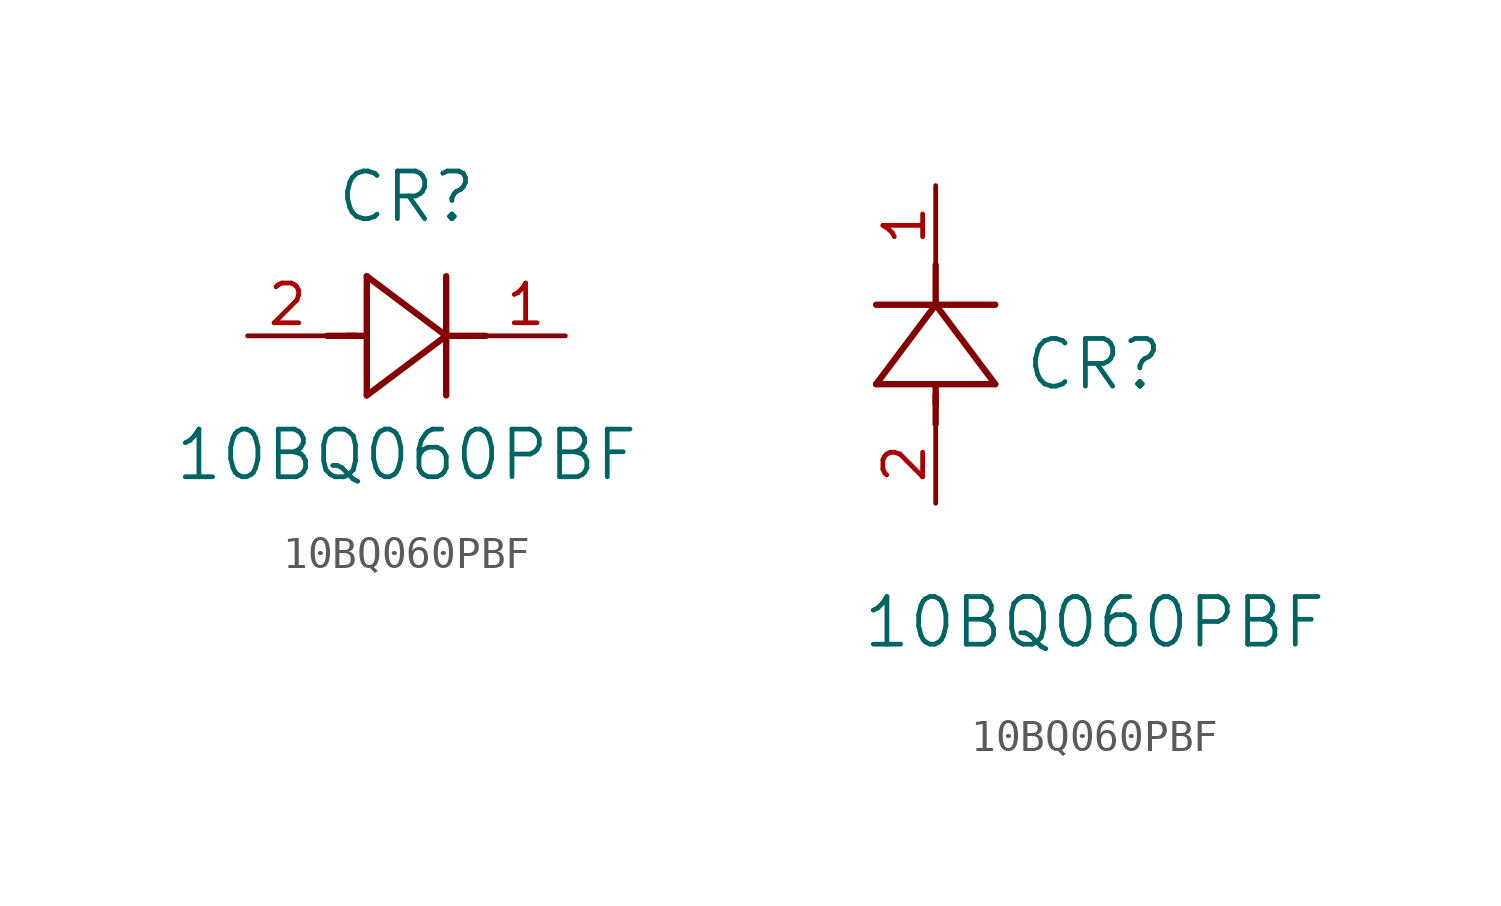
<source format=kicad_sym>
(kicad_symbol_lib
  (version 20211014)
  (generator kicad_symbol_editor)
  (symbol "10BQ060PBF"
    (pin_names
      (offset 0.254))
    (property "Reference" "CR"
      (at 5.08 4.445 0)
      (effects (font (size 1.524 1.524))))
    (property "Value" "10BQ060PBF"
      (at 5.08 -3.81 0)
      (effects (font (size 1.524 1.524))))
    (symbol "10BQ060PBF_1_1"
      (polyline (pts (xy 2.54 0) (xy 3.48 0)) (stroke (width 0.203) (type default) (color 0 0 0 0)) (fill (type none)))
      (polyline (pts (xy 3.81 1.905) (xy 3.81 -1.905)) (stroke (width 0.203) (type default) (color 0 0 0 0)) (fill (type none)))
      (polyline (pts (xy 3.175 0) (xy 3.81 0)) (stroke (width 0.203) (type default) (color 0 0 0 0)) (fill (type none)))
      (polyline (pts (xy 6.35 -1.905) (xy 6.35 1.905)) (stroke (width 0.203) (type default) (color 0 0 0 0)) (fill (type none)))
      (polyline (pts (xy 6.35 0) (xy 7.62 0)) (stroke (width 0.203) (type default) (color 0 0 0 0)) (fill (type none)))
      (polyline (pts (xy 6.35 0) (xy 3.81 1.905)) (stroke (width 0.203) (type default) (color 0 0 0 0)) (fill (type none)))
      (polyline (pts (xy 3.81 -1.905) (xy 6.35 0)) (stroke (width 0.203) (type default) (color 0 0 0 0)) (fill (type none)))
      (pin unspecified line (at 0 0 0) (length 2.54) (name "" (effects (font (size 1.27 1.27)))) (number "2" (effects (font (size 1.27 1.27)))))
      (pin unspecified line (at 10.16 0 180) (length 2.54) (name "" (effects (font (size 1.27 1.27)))) (number "1" (effects (font (size 1.27 1.27))))))
    (symbol "10BQ060PBF_1_2"
      (polyline (pts (xy 0 2.54) (xy 0 3.48)) (stroke (width 0.203) (type default) (color 0 0 0 0)) (fill (type none)))
      (polyline (pts (xy -1.905 3.81) (xy 1.905 3.81)) (stroke (width 0.203) (type default) (color 0 0 0 0)) (fill (type none)))
      (polyline (pts (xy 0 3.175) (xy 0 3.81)) (stroke (width 0.203) (type default) (color 0 0 0 0)) (fill (type none)))
      (polyline (pts (xy 1.905 6.35) (xy -1.905 6.35)) (stroke (width 0.203) (type default) (color 0 0 0 0)) (fill (type none)))
      (polyline (pts (xy 0 6.35) (xy 0 7.62)) (stroke (width 0.203) (type default) (color 0 0 0 0)) (fill (type none)))
      (polyline (pts (xy 0 6.35) (xy -1.905 3.81)) (stroke (width 0.203) (type default) (color 0 0 0 0)) (fill (type none)))
      (polyline (pts (xy 1.905 3.81) (xy 0 6.35)) (stroke (width 0.203) (type default) (color 0 0 0 0)) (fill (type none)))
      (pin unspecified line (at 0 0 90) (length 2.54) (name "" (effects (font (size 1.27 1.27)))) (number "2" (effects (font (size 1.27 1.27)))))
      (pin unspecified line (at 0 10.16 270) (length 2.54) (name "" (effects (font (size 1.27 1.27)))) (number "1" (effects (font (size 1.27 1.27))))))))
</source>
